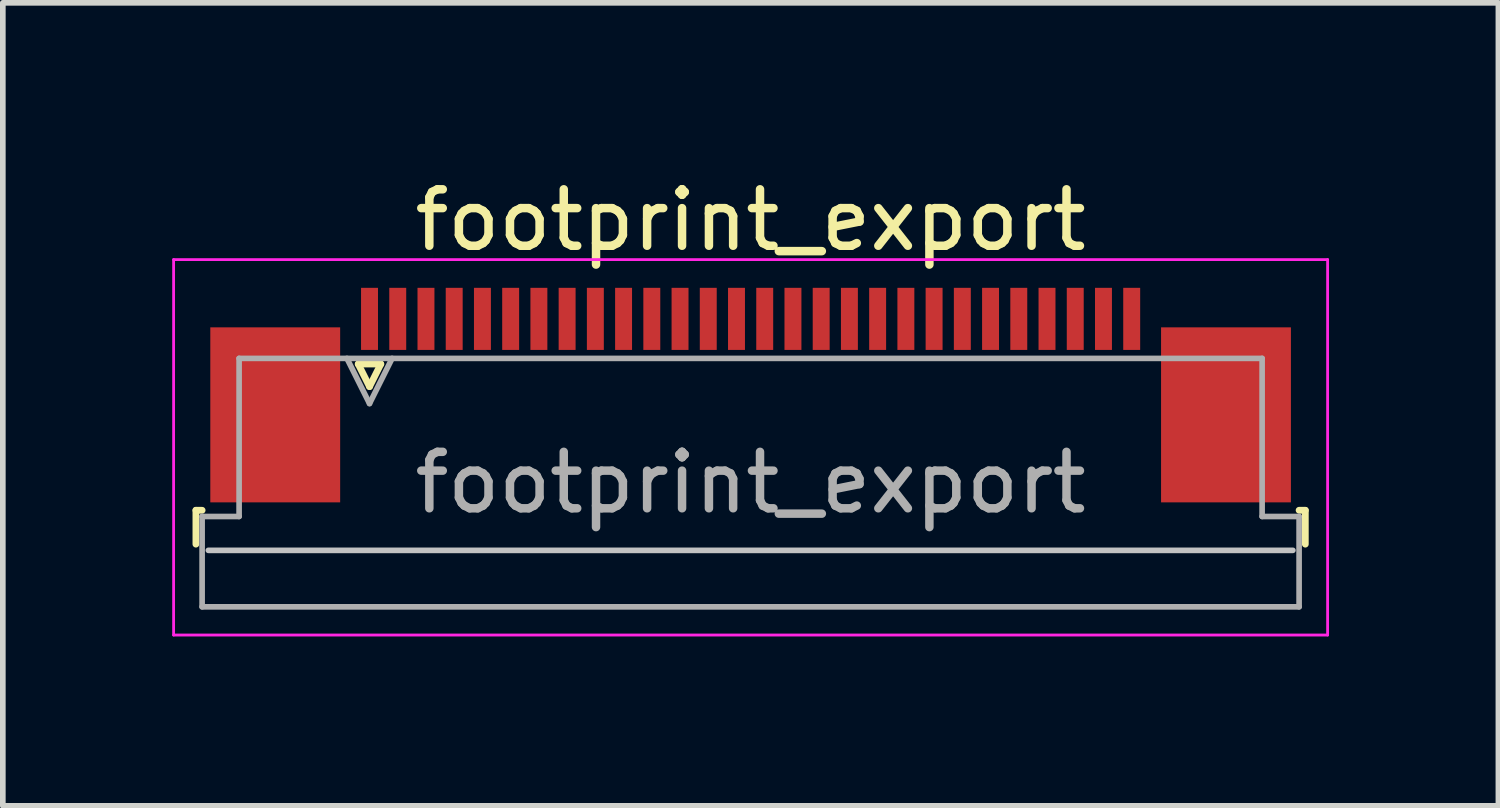
<source format=kicad_pcb>
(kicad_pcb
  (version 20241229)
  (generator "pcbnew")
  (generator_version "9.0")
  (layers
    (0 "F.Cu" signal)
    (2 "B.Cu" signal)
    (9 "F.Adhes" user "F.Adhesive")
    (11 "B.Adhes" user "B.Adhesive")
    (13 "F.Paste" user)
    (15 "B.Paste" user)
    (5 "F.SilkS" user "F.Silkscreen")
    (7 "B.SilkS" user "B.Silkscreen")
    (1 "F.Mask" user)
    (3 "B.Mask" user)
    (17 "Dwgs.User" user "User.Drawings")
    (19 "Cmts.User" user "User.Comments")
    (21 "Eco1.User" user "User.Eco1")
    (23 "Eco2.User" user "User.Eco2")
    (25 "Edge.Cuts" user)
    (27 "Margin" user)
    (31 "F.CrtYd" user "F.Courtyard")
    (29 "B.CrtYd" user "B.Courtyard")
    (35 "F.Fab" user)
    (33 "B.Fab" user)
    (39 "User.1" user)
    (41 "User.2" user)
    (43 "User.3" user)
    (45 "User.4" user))
  (footprint "footprint_export"
    (layer "F.Cu")
    (at 10.245 3.948)
    (property "Reference" "footprint_export" (at 0 -3.1 0) (layer "F.SilkS") (effects (font (size 1 1) (thickness 0.15))))
    (attr smd)
    (fp_line (start -9.825 2.04) (end -9.825 2.64) (stroke (width 0.12) (type solid)) (layer "F.SilkS"))
    (fp_line (start -9.715 2.04) (end -9.825 2.04) (stroke (width 0.12) (type solid)) (layer "F.SilkS"))
    (fp_line (start -6.95 -0.55) (end -6.75 -0.15) (stroke (width 0.12) (type solid)) (layer "F.SilkS"))
    (fp_line (start -6.75 -0.15) (end -6.55 -0.55) (stroke (width 0.12) (type solid)) (layer "F.SilkS"))
    (fp_line (start -6.55 -0.55) (end -6.95 -0.55) (stroke (width 0.12) (type solid)) (layer "F.SilkS"))
    (fp_line (start 9.715 2.04) (end 9.825 2.04) (stroke (width 0.12) (type solid)) (layer "F.SilkS"))
    (fp_line (start 9.825 2.04) (end 9.825 2.64) (stroke (width 0.12) (type solid)) (layer "F.SilkS"))
    (fp_line (start 9.605 2.75) (end -9.605 2.75) (stroke (width 0.1) (type solid)) (layer "Dwgs.User"))
    (fp_line (start -10.22 -2.4) (end -10.22 4.25) (stroke (width 0.05) (type solid)) (layer "F.CrtYd"))
    (fp_line (start -10.22 4.25) (end 10.22 4.25) (stroke (width 0.05) (type solid)) (layer "F.CrtYd"))
    (fp_line (start 10.22 -2.4) (end -10.22 -2.4) (stroke (width 0.05) (type solid)) (layer "F.CrtYd"))
    (fp_line (start 10.22 4.25) (end 10.22 -2.4) (stroke (width 0.05) (type solid)) (layer "F.CrtYd"))
    (fp_line (start -9.715 2.15) (end -9.06 2.15) (stroke (width 0.1) (type solid)) (layer "F.Fab"))
    (fp_line (start -9.715 3.75) (end -9.715 2.15) (stroke (width 0.1) (type solid)) (layer "F.Fab"))
    (fp_line (start -9.06 -0.65) (end 9.06 -0.65) (stroke (width 0.1) (type solid)) (layer "F.Fab"))
    (fp_line (start -9.06 2.15) (end -9.06 -0.65) (stroke (width 0.1) (type solid)) (layer "F.Fab"))
    (fp_line (start -7.15 -0.65) (end -6.75 0.15) (stroke (width 0.1) (type solid)) (layer "F.Fab"))
    (fp_line (start -6.75 0.15) (end -6.35 -0.65) (stroke (width 0.1) (type solid)) (layer "F.Fab"))
    (fp_line (start 9.06 -0.65) (end 9.06 2.15) (stroke (width 0.1) (type solid)) (layer "F.Fab"))
    (fp_line (start 9.06 2.15) (end 9.715 2.15) (stroke (width 0.1) (type solid)) (layer "F.Fab"))
    (fp_line (start 9.715 2.15) (end 9.715 3.75) (stroke (width 0.1) (type solid)) (layer "F.Fab"))
    (fp_line (start 9.715 3.75) (end -9.715 3.75) (stroke (width 0.1) (type solid)) (layer "F.Fab"))
    (fp_text user "${REFERENCE}" (at 0 1.55 0) (layer "F.Fab") (effects (font (size 1 1) (thickness 0.15))))
    (pad "1" smd rect (at -6.75 -1.35) (size 0.3 1.1) (layers "F.Cu" "F.Mask" "F.Paste"))
    (pad "2" smd rect (at -6.25 -1.35) (size 0.3 1.1) (layers "F.Cu" "F.Mask" "F.Paste"))
    (pad "3" smd rect (at -5.75 -1.35) (size 0.3 1.1) (layers "F.Cu" "F.Mask" "F.Paste"))
    (pad "4" smd rect (at -5.25 -1.35) (size 0.3 1.1) (layers "F.Cu" "F.Mask" "F.Paste"))
    (pad "5" smd rect (at -4.75 -1.35) (size 0.3 1.1) (layers "F.Cu" "F.Mask" "F.Paste"))
    (pad "6" smd rect (at -4.25 -1.35) (size 0.3 1.1) (layers "F.Cu" "F.Mask" "F.Paste"))
    (pad "7" smd rect (at -3.75 -1.35) (size 0.3 1.1) (layers "F.Cu" "F.Mask" "F.Paste"))
    (pad "8" smd rect (at -3.25 -1.35) (size 0.3 1.1) (layers "F.Cu" "F.Mask" "F.Paste"))
    (pad "9" smd rect (at -2.75 -1.35) (size 0.3 1.1) (layers "F.Cu" "F.Mask" "F.Paste"))
    (pad "10" smd rect (at -2.25 -1.35) (size 0.3 1.1) (layers "F.Cu" "F.Mask" "F.Paste"))
    (pad "11" smd rect (at -1.75 -1.35) (size 0.3 1.1) (layers "F.Cu" "F.Mask" "F.Paste"))
    (pad "12" smd rect (at -1.25 -1.35) (size 0.3 1.1) (layers "F.Cu" "F.Mask" "F.Paste"))
    (pad "13" smd rect (at -0.75 -1.35) (size 0.3 1.1) (layers "F.Cu" "F.Mask" "F.Paste"))
    (pad "14" smd rect (at -0.25 -1.35) (size 0.3 1.1) (layers "F.Cu" "F.Mask" "F.Paste"))
    (pad "15" smd rect (at 0.25 -1.35) (size 0.3 1.1) (layers "F.Cu" "F.Mask" "F.Paste"))
    (pad "16" smd rect (at 0.75 -1.35) (size 0.3 1.1) (layers "F.Cu" "F.Mask" "F.Paste"))
    (pad "17" smd rect (at 1.25 -1.35) (size 0.3 1.1) (layers "F.Cu" "F.Mask" "F.Paste"))
    (pad "18" smd rect (at 1.75 -1.35) (size 0.3 1.1) (layers "F.Cu" "F.Mask" "F.Paste"))
    (pad "19" smd rect (at 2.25 -1.35) (size 0.3 1.1) (layers "F.Cu" "F.Mask" "F.Paste"))
    (pad "20" smd rect (at 2.75 -1.35) (size 0.3 1.1) (layers "F.Cu" "F.Mask" "F.Paste"))
    (pad "21" smd rect (at 3.25 -1.35) (size 0.3 1.1) (layers "F.Cu" "F.Mask" "F.Paste"))
    (pad "22" smd rect (at 3.75 -1.35) (size 0.3 1.1) (layers "F.Cu" "F.Mask" "F.Paste"))
    (pad "23" smd rect (at 4.25 -1.35) (size 0.3 1.1) (layers "F.Cu" "F.Mask" "F.Paste"))
    (pad "24" smd rect (at 4.75 -1.35) (size 0.3 1.1) (layers "F.Cu" "F.Mask" "F.Paste"))
    (pad "25" smd rect (at 5.25 -1.35) (size 0.3 1.1) (layers "F.Cu" "F.Mask" "F.Paste"))
    (pad "26" smd rect (at 5.75 -1.35) (size 0.3 1.1) (layers "F.Cu" "F.Mask" "F.Paste"))
    (pad "27" smd rect (at 6.25 -1.35) (size 0.3 1.1) (layers "F.Cu" "F.Mask" "F.Paste"))
    (pad "28" smd rect (at 6.75 -1.35) (size 0.3 1.1) (layers "F.Cu" "F.Mask" "F.Paste"))
    (pad "MP" smd rect (at -8.42 0.35) (size 2.3 3.1) (layers "F.Cu" "F.Mask" "F.Paste"))
    (pad "MP" smd rect (at 8.42 0.35) (size 2.3 3.1) (layers "F.Cu" "F.Mask" "F.Paste")))
  (gr_rect
    (start -3 -3)
    (end 23.49 11.223)
    (stroke (width 0.1) (type default))
    (fill no)
    (layer "Edge.Cuts")))
</source>
